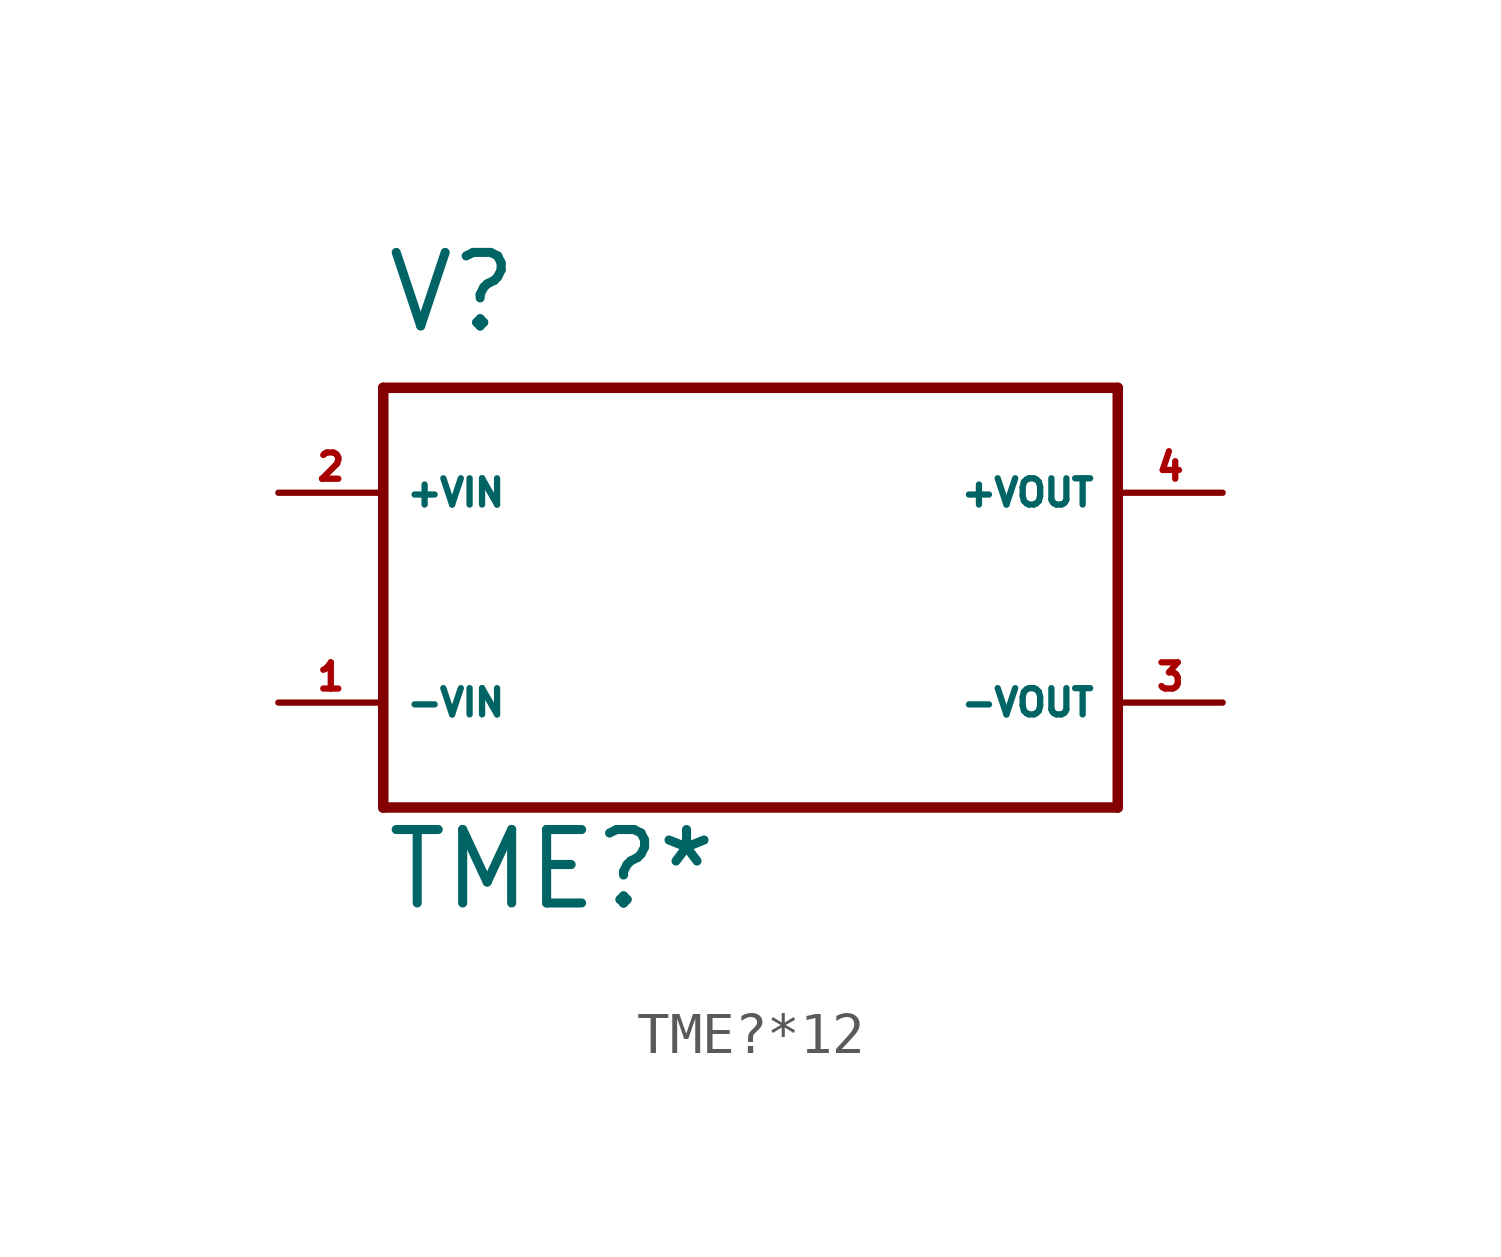
<source format=kicad_sym>
(kicad_symbol_lib
  (version 20220914)
  (generator Eagle2Kicad)
  (symbol "TME?*12"
    (property "Reference" "V"
      (at -7.62 6.35 0)
      (effects (font (size 1.778 1.778) (thickness 0.22)) (justify left bottom)))
    (property "Value" "TME?*"
      (at -7.62 -7.62 0)
      (effects (font (size 1.778 1.778) (thickness 0.22)) (justify left bottom)))
    (polyline
      (pts (xy -7.62 5.08) (xy 10.16 5.08))
      (stroke (width 0.254) (type default))
      (fill (type none)))
    (polyline
      (pts (xy 10.16 5.08) (xy 10.16 -5.08))
      (stroke (width 0.254) (type default))
      (fill (type none)))
    (polyline
      (pts (xy 10.16 -5.08) (xy -7.62 -5.08))
      (stroke (width 0.254) (type default))
      (fill (type none)))
    (polyline
      (pts (xy -7.62 -5.08) (xy -7.62 5.08))
      (stroke (width 0.254) (type default))
      (fill (type none)))
    (pin passive line
      (at -10.16 2.54 0)
      (length 2.54)
      (name "+VIN" (effects (font (size 0.635 0.635) (thickness 0.08)) (justify left bottom)))
      (number "2" (effects (font (size 0.635 0.635) (thickness 0.08)) (justify left bottom))))
    (pin passive line
      (at -10.16 -2.54 0)
      (length 2.54)
      (name "-VIN" (effects (font (size 0.635 0.635) (thickness 0.08)) (justify left bottom)))
      (number "1" (effects (font (size 0.635 0.635) (thickness 0.08)) (justify left bottom))))
    (pin passive line
      (at 12.7 2.54 180)
      (length 2.54)
      (name "+VOUT" (effects (font (size 0.635 0.635) (thickness 0.08)) (justify left bottom)))
      (number "4" (effects (font (size 0.635 0.635) (thickness 0.08)) (justify left bottom))))
    (pin passive line
      (at 12.7 -2.54 180)
      (length 2.54)
      (name "-VOUT" (effects (font (size 0.635 0.635) (thickness 0.08)) (justify left bottom)))
      (number "3" (effects (font (size 0.635 0.635) (thickness 0.08)) (justify left bottom))))))
</source>
